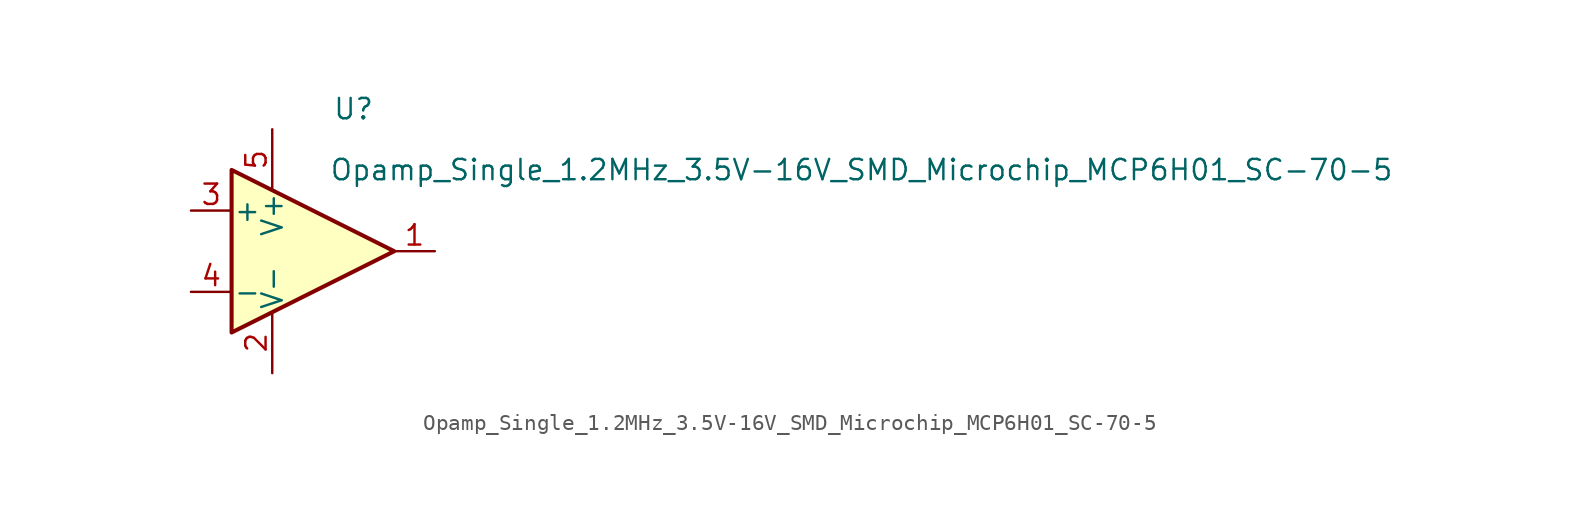
<source format=kicad_sym>
(kicad_symbol_lib
  (version 20211014)
  (generator kicad_symbol_editor)
  (symbol "Opamp_Single_1.2MHz_3.5V-16V_SMD_Microchip_MCP6H01_SC-70-5"
    (pin_names
      (offset 0.102))
    (property "Reference" "U"
      (at 3.81 8.89 0)
      (effects (font (size 1.27 1.27))))
    (property "Value" "Opamp_Single_1.2MHz_3.5V-16V_SMD_Microchip_MCP6H01_SC-70-5"
      (at 35.56 5.08 0)
      (effects (font (size 1.27 1.27))))
    (symbol "Opamp_Single_1.2MHz_3.5V-16V_SMD_Microchip_MCP6H01_SC-70-5_1_1"
      (polyline (pts (xy -3.81 5.08) (xy 6.35 0) (xy -3.81 -5.08) (xy -3.81 5.08)) (stroke (width 0.254) (type default) (color 0 0 0 0)) (fill (type background)))
      (pin output line (at 8.89 0 180) (length 2.54) (name "~" (effects (font (size 1.27 1.27)))) (number "1" (effects (font (size 1.27 1.27)))))
      (pin power_in line (at -1.27 -7.62 90) (length 3.81) (name "V-" (effects (font (size 1.27 1.27)))) (number "2" (effects (font (size 1.27 1.27)))))
      (pin input line (at -6.35 2.54 0) (length 2.54) (name "+" (effects (font (size 1.27 1.27)))) (number "3" (effects (font (size 1.27 1.27)))))
      (pin input line (at -6.35 -2.54 0) (length 2.54) (name "-" (effects (font (size 1.27 1.27)))) (number "4" (effects (font (size 1.27 1.27)))))
      (pin power_in line (at -1.27 7.62 270) (length 3.81) (name "V+" (effects (font (size 1.27 1.27)))) (number "5" (effects (font (size 1.27 1.27))))))))
</source>
